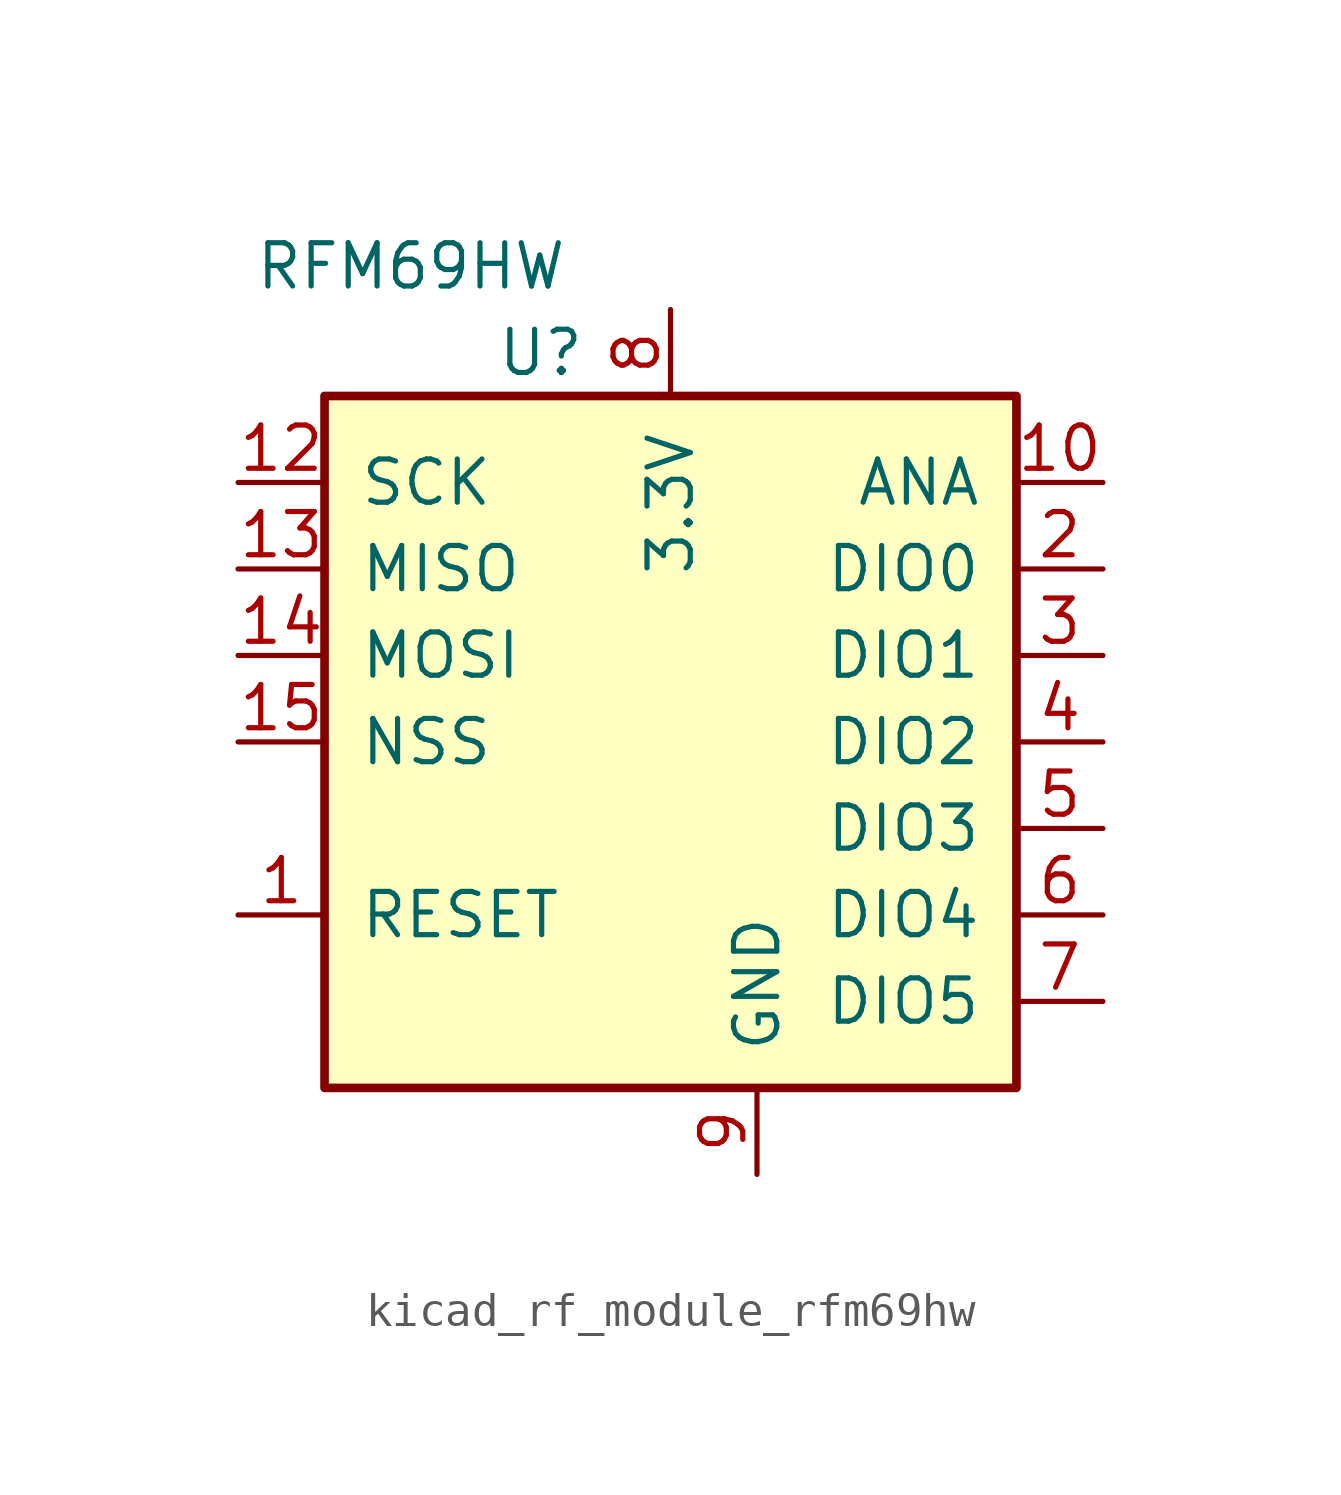
<source format=kicad_sym>
(kicad_symbol_lib
  (version 20220914)
  (generator kicad_symbol_editor)
  (symbol "kicad_rf_module_rfm69hw"
    (pin_names
      (offset 1.016))
    (property "Reference" "U"
      (at -3.81 11.43 0)
      (effects (font (size 1.27 1.27))))
    (property "Value" "RFM69HW"
      (at -7.62 13.97 0)
      (effects (font (size 1.27 1.27))))
    (symbol "kicad_rf_module_rfm69hw_0_1"
      (rectangle (start -10.16 10.16) (end 10.16 -10.16) (stroke (width 0.254) (type default)) (fill (type background))))
    (symbol "kicad_rf_module_rfm69hw_1_1"
      (pin input line (at -12.7 -5.08 0) (length 2.54) (name "RESET" (effects (font (size 1.27 1.27)))) (number "1" (effects (font (size 1.27 1.27)))))
      (pin output line (at 12.7 7.62 180) (length 2.54) (name "ANA" (effects (font (size 1.27 1.27)))) (number "10" (effects (font (size 1.27 1.27)))))
      (pin passive line (at 2.54 -12.7 90) (length 2.54) hide (name "GND" (effects (font (size 1.27 1.27)))) (number "11" (effects (font (size 1.27 1.27)))))
      (pin input line (at -12.7 7.62 0) (length 2.54) (name "SCK" (effects (font (size 1.27 1.27)))) (number "12" (effects (font (size 1.27 1.27)))))
      (pin output line (at -12.7 5.08 0) (length 2.54) (name "MISO" (effects (font (size 1.27 1.27)))) (number "13" (effects (font (size 1.27 1.27)))))
      (pin input line (at -12.7 2.54 0) (length 2.54) (name "MOSI" (effects (font (size 1.27 1.27)))) (number "14" (effects (font (size 1.27 1.27)))))
      (pin input line (at -12.7 0 0) (length 2.54) (name "NSS" (effects (font (size 1.27 1.27)))) (number "15" (effects (font (size 1.27 1.27)))))
      (pin no_connect line (at -2.54 -10.16 90) (length 2.54) hide (name "NC" (effects (font (size 1.27 1.27)))) (number "16" (effects (font (size 1.27 1.27)))))
      (pin bidirectional line (at 12.7 5.08 180) (length 2.54) (name "DIO0" (effects (font (size 1.27 1.27)))) (number "2" (effects (font (size 1.27 1.27)))))
      (pin bidirectional line (at 12.7 2.54 180) (length 2.54) (name "DIO1" (effects (font (size 1.27 1.27)))) (number "3" (effects (font (size 1.27 1.27)))))
      (pin bidirectional line (at 12.7 0 180) (length 2.54) (name "DIO2" (effects (font (size 1.27 1.27)))) (number "4" (effects (font (size 1.27 1.27)))))
      (pin bidirectional line (at 12.7 -2.54 180) (length 2.54) (name "DIO3" (effects (font (size 1.27 1.27)))) (number "5" (effects (font (size 1.27 1.27)))))
      (pin bidirectional line (at 12.7 -5.08 180) (length 2.54) (name "DIO4" (effects (font (size 1.27 1.27)))) (number "6" (effects (font (size 1.27 1.27)))))
      (pin bidirectional line (at 12.7 -7.62 180) (length 2.54) (name "DIO5" (effects (font (size 1.27 1.27)))) (number "7" (effects (font (size 1.27 1.27)))))
      (pin power_in line (at 0 12.7 270) (length 2.54) (name "3.3V" (effects (font (size 1.27 1.27)))) (number "8" (effects (font (size 1.27 1.27)))))
      (pin power_in line (at 2.54 -12.7 90) (length 2.54) (name "GND" (effects (font (size 1.27 1.27)))) (number "9" (effects (font (size 1.27 1.27))))))))
</source>
